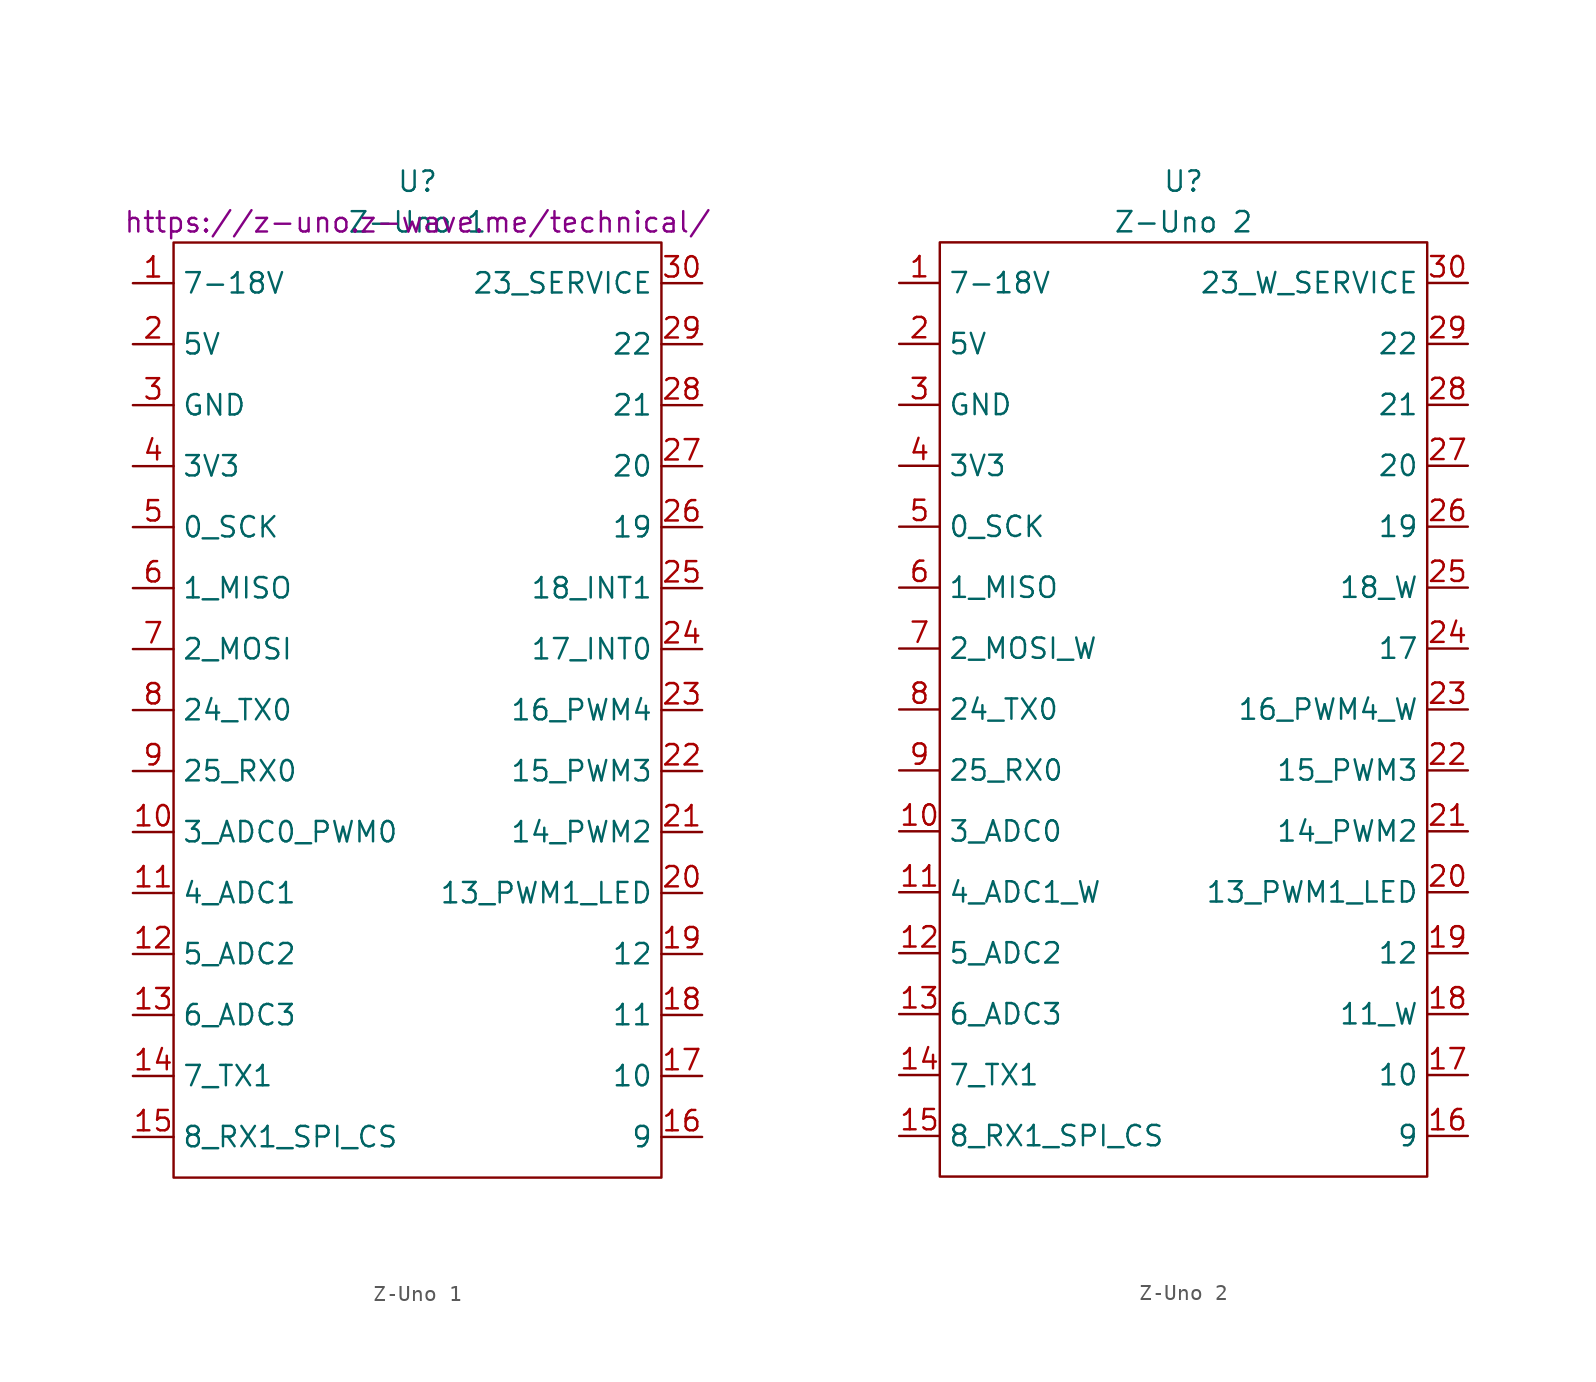
<source format=kicad_sym>
(kicad_symbol_lib
  (version 20220914)
  (generator kicad_symbol_editor)
  (symbol "Z-Uno 1"
    (property "Reference" "U"
      (at 0 33.02 0)
      (effects (font (size 1.27 1.27))))
    (property "Value" "Z-Uno 1"
      (at 0 30.48 0)
      (effects (font (size 1.27 1.27))))
    (property "Datasheet" "https://z-uno.z-wave.me/technical/"
      (at 0 30.48 0)
      (effects (font (size 1.27 1.27))))
    (symbol "Z-Uno 1_0_1"
      (rectangle (start -15.24 29.21) (end 15.24 -29.21) (stroke (width 0) (type default)) (fill (type none))))
    (symbol "Z-Uno 1_1_1"
      (pin input line (at -17.78 26.67 0) (length 2.54) (name "7-18V" (effects (font (size 1.27 1.27)))) (number "1" (effects (font (size 1.27 1.27)))))
      (pin bidirectional line (at -17.78 -7.62 0) (length 2.54) (name "3_ADC0_PWM0" (effects (font (size 1.27 1.27)))) (number "10" (effects (font (size 1.27 1.27)))))
      (pin bidirectional line (at -17.78 -11.43 0) (length 2.54) (name "4_ADC1" (effects (font (size 1.27 1.27)))) (number "11" (effects (font (size 1.27 1.27)))))
      (pin bidirectional line (at -17.78 -15.24 0) (length 2.54) (name "5_ADC2" (effects (font (size 1.27 1.27)))) (number "12" (effects (font (size 1.27 1.27)))))
      (pin bidirectional line (at -17.78 -19.05 0) (length 2.54) (name "6_ADC3" (effects (font (size 1.27 1.27)))) (number "13" (effects (font (size 1.27 1.27)))))
      (pin bidirectional line (at -17.78 -22.86 0) (length 2.54) (name "7_TX1" (effects (font (size 1.27 1.27)))) (number "14" (effects (font (size 1.27 1.27)))))
      (pin bidirectional line (at -17.78 -26.67 0) (length 2.54) (name "8_RX1_SPI_CS" (effects (font (size 1.27 1.27)))) (number "15" (effects (font (size 1.27 1.27)))))
      (pin bidirectional line (at 17.78 -26.67 180) (length 2.54) (name "9" (effects (font (size 1.27 1.27)))) (number "16" (effects (font (size 1.27 1.27)))))
      (pin bidirectional line (at 17.78 -22.86 180) (length 2.54) (name "10" (effects (font (size 1.27 1.27)))) (number "17" (effects (font (size 1.27 1.27)))))
      (pin bidirectional line (at 17.78 -19.05 180) (length 2.54) (name "11" (effects (font (size 1.27 1.27)))) (number "18" (effects (font (size 1.27 1.27)))))
      (pin bidirectional line (at 17.78 -15.24 180) (length 2.54) (name "12" (effects (font (size 1.27 1.27)))) (number "19" (effects (font (size 1.27 1.27)))))
      (pin bidirectional line (at -17.78 22.86 0) (length 2.54) (name "5V" (effects (font (size 1.27 1.27)))) (number "2" (effects (font (size 1.27 1.27)))))
      (pin bidirectional line (at 17.78 -11.43 180) (length 2.54) (name "13_PWM1_LED" (effects (font (size 1.27 1.27)))) (number "20" (effects (font (size 1.27 1.27)))))
      (pin bidirectional line (at 17.78 -7.62 180) (length 2.54) (name "14_PWM2" (effects (font (size 1.27 1.27)))) (number "21" (effects (font (size 1.27 1.27)))))
      (pin bidirectional line (at 17.78 -3.81 180) (length 2.54) (name "15_PWM3" (effects (font (size 1.27 1.27)))) (number "22" (effects (font (size 1.27 1.27)))))
      (pin bidirectional line (at 17.78 0 180) (length 2.54) (name "16_PWM4" (effects (font (size 1.27 1.27)))) (number "23" (effects (font (size 1.27 1.27)))))
      (pin bidirectional line (at 17.78 3.81 180) (length 2.54) (name "17_INT0" (effects (font (size 1.27 1.27)))) (number "24" (effects (font (size 1.27 1.27)))))
      (pin bidirectional line (at 17.78 7.62 180) (length 2.54) (name "18_INT1" (effects (font (size 1.27 1.27)))) (number "25" (effects (font (size 1.27 1.27)))))
      (pin bidirectional line (at 17.78 11.43 180) (length 2.54) (name "19" (effects (font (size 1.27 1.27)))) (number "26" (effects (font (size 1.27 1.27)))))
      (pin bidirectional line (at 17.78 15.24 180) (length 2.54) (name "20" (effects (font (size 1.27 1.27)))) (number "27" (effects (font (size 1.27 1.27)))))
      (pin bidirectional line (at 17.78 19.05 180) (length 2.54) (name "21" (effects (font (size 1.27 1.27)))) (number "28" (effects (font (size 1.27 1.27)))))
      (pin bidirectional line (at 17.78 22.86 180) (length 2.54) (name "22" (effects (font (size 1.27 1.27)))) (number "29" (effects (font (size 1.27 1.27)))))
      (pin input line (at -17.78 19.05 0) (length 2.54) (name "GND" (effects (font (size 1.27 1.27)))) (number "3" (effects (font (size 1.27 1.27)))))
      (pin bidirectional line (at 17.78 26.67 180) (length 2.54) (name "23_SERVICE" (effects (font (size 1.27 1.27)))) (number "30" (effects (font (size 1.27 1.27)))))
      (pin bidirectional line (at -17.78 15.24 0) (length 2.54) (name "3V3" (effects (font (size 1.27 1.27)))) (number "4" (effects (font (size 1.27 1.27)))))
      (pin bidirectional line (at -17.78 11.43 0) (length 2.54) (name "0_SCK" (effects (font (size 1.27 1.27)))) (number "5" (effects (font (size 1.27 1.27)))))
      (pin bidirectional line (at -17.78 7.62 0) (length 2.54) (name "1_MISO" (effects (font (size 1.27 1.27)))) (number "6" (effects (font (size 1.27 1.27)))))
      (pin bidirectional line (at -17.78 3.81 0) (length 2.54) (name "2_MOSI" (effects (font (size 1.27 1.27)))) (number "7" (effects (font (size 1.27 1.27)))))
      (pin bidirectional line (at -17.78 0 0) (length 2.54) (name "24_TX0" (effects (font (size 1.27 1.27)))) (number "8" (effects (font (size 1.27 1.27)))))
      (pin bidirectional line (at -17.78 -3.81 0) (length 2.54) (name "25_RX0" (effects (font (size 1.27 1.27)))) (number "9" (effects (font (size 1.27 1.27)))))))
  (symbol "Z-Uno 2"
    (property "Reference" "U"
      (at 0 33.02 0)
      (effects (font (size 1.27 1.27))))
    (property "Value" "Z-Uno 2"
      (at 0 30.48 0)
      (effects (font (size 1.27 1.27))))
    (symbol "Z-Uno 2_0_1"
      (rectangle (start -15.24 29.21) (end 15.24 -29.21) (stroke (width 0) (type default)) (fill (type none))))
    (symbol "Z-Uno 2_1_1"
      (pin input line (at -17.78 26.67 0) (length 2.54) (name "7-18V" (effects (font (size 1.27 1.27)))) (number "1" (effects (font (size 1.27 1.27)))))
      (pin bidirectional line (at -17.78 -7.62 0) (length 2.54) (name "3_ADC0" (effects (font (size 1.27 1.27)))) (number "10" (effects (font (size 1.27 1.27)))))
      (pin bidirectional line (at -17.78 -11.43 0) (length 2.54) (name "4_ADC1_W" (effects (font (size 1.27 1.27)))) (number "11" (effects (font (size 1.27 1.27)))))
      (pin bidirectional line (at -17.78 -15.24 0) (length 2.54) (name "5_ADC2" (effects (font (size 1.27 1.27)))) (number "12" (effects (font (size 1.27 1.27)))))
      (pin bidirectional line (at -17.78 -19.05 0) (length 2.54) (name "6_ADC3" (effects (font (size 1.27 1.27)))) (number "13" (effects (font (size 1.27 1.27)))))
      (pin bidirectional line (at -17.78 -22.86 0) (length 2.54) (name "7_TX1" (effects (font (size 1.27 1.27)))) (number "14" (effects (font (size 1.27 1.27)))))
      (pin bidirectional line (at -17.78 -26.67 0) (length 2.54) (name "8_RX1_SPI_CS" (effects (font (size 1.27 1.27)))) (number "15" (effects (font (size 1.27 1.27)))))
      (pin bidirectional line (at 17.78 -26.67 180) (length 2.54) (name "9" (effects (font (size 1.27 1.27)))) (number "16" (effects (font (size 1.27 1.27)))))
      (pin bidirectional line (at 17.78 -22.86 180) (length 2.54) (name "10" (effects (font (size 1.27 1.27)))) (number "17" (effects (font (size 1.27 1.27)))))
      (pin bidirectional line (at 17.78 -19.05 180) (length 2.54) (name "11_W" (effects (font (size 1.27 1.27)))) (number "18" (effects (font (size 1.27 1.27)))))
      (pin bidirectional line (at 17.78 -15.24 180) (length 2.54) (name "12" (effects (font (size 1.27 1.27)))) (number "19" (effects (font (size 1.27 1.27)))))
      (pin bidirectional line (at -17.78 22.86 0) (length 2.54) (name "5V" (effects (font (size 1.27 1.27)))) (number "2" (effects (font (size 1.27 1.27)))))
      (pin bidirectional line (at 17.78 -11.43 180) (length 2.54) (name "13_PWM1_LED" (effects (font (size 1.27 1.27)))) (number "20" (effects (font (size 1.27 1.27)))))
      (pin bidirectional line (at 17.78 -7.62 180) (length 2.54) (name "14_PWM2" (effects (font (size 1.27 1.27)))) (number "21" (effects (font (size 1.27 1.27)))))
      (pin bidirectional line (at 17.78 -3.81 180) (length 2.54) (name "15_PWM3" (effects (font (size 1.27 1.27)))) (number "22" (effects (font (size 1.27 1.27)))))
      (pin bidirectional line (at 17.78 0 180) (length 2.54) (name "16_PWM4_W" (effects (font (size 1.27 1.27)))) (number "23" (effects (font (size 1.27 1.27)))))
      (pin bidirectional line (at 17.78 3.81 180) (length 2.54) (name "17" (effects (font (size 1.27 1.27)))) (number "24" (effects (font (size 1.27 1.27)))))
      (pin bidirectional line (at 17.78 7.62 180) (length 2.54) (name "18_W" (effects (font (size 1.27 1.27)))) (number "25" (effects (font (size 1.27 1.27)))))
      (pin bidirectional line (at 17.78 11.43 180) (length 2.54) (name "19" (effects (font (size 1.27 1.27)))) (number "26" (effects (font (size 1.27 1.27)))))
      (pin bidirectional line (at 17.78 15.24 180) (length 2.54) (name "20" (effects (font (size 1.27 1.27)))) (number "27" (effects (font (size 1.27 1.27)))))
      (pin bidirectional line (at 17.78 19.05 180) (length 2.54) (name "21" (effects (font (size 1.27 1.27)))) (number "28" (effects (font (size 1.27 1.27)))))
      (pin bidirectional line (at 17.78 22.86 180) (length 2.54) (name "22" (effects (font (size 1.27 1.27)))) (number "29" (effects (font (size 1.27 1.27)))))
      (pin input line (at -17.78 19.05 0) (length 2.54) (name "GND" (effects (font (size 1.27 1.27)))) (number "3" (effects (font (size 1.27 1.27)))))
      (pin bidirectional line (at 17.78 26.67 180) (length 2.54) (name "23_W_SERVICE" (effects (font (size 1.27 1.27)))) (number "30" (effects (font (size 1.27 1.27)))))
      (pin bidirectional line (at -17.78 15.24 0) (length 2.54) (name "3V3" (effects (font (size 1.27 1.27)))) (number "4" (effects (font (size 1.27 1.27)))))
      (pin bidirectional line (at -17.78 11.43 0) (length 2.54) (name "0_SCK" (effects (font (size 1.27 1.27)))) (number "5" (effects (font (size 1.27 1.27)))))
      (pin bidirectional line (at -17.78 7.62 0) (length 2.54) (name "1_MISO" (effects (font (size 1.27 1.27)))) (number "6" (effects (font (size 1.27 1.27)))))
      (pin bidirectional line (at -17.78 3.81 0) (length 2.54) (name "2_MOSI_W" (effects (font (size 1.27 1.27)))) (number "7" (effects (font (size 1.27 1.27)))))
      (pin bidirectional line (at -17.78 0 0) (length 2.54) (name "24_TX0" (effects (font (size 1.27 1.27)))) (number "8" (effects (font (size 1.27 1.27)))))
      (pin bidirectional line (at -17.78 -3.81 0) (length 2.54) (name "25_RX0" (effects (font (size 1.27 1.27)))) (number "9" (effects (font (size 1.27 1.27))))))))
</source>
